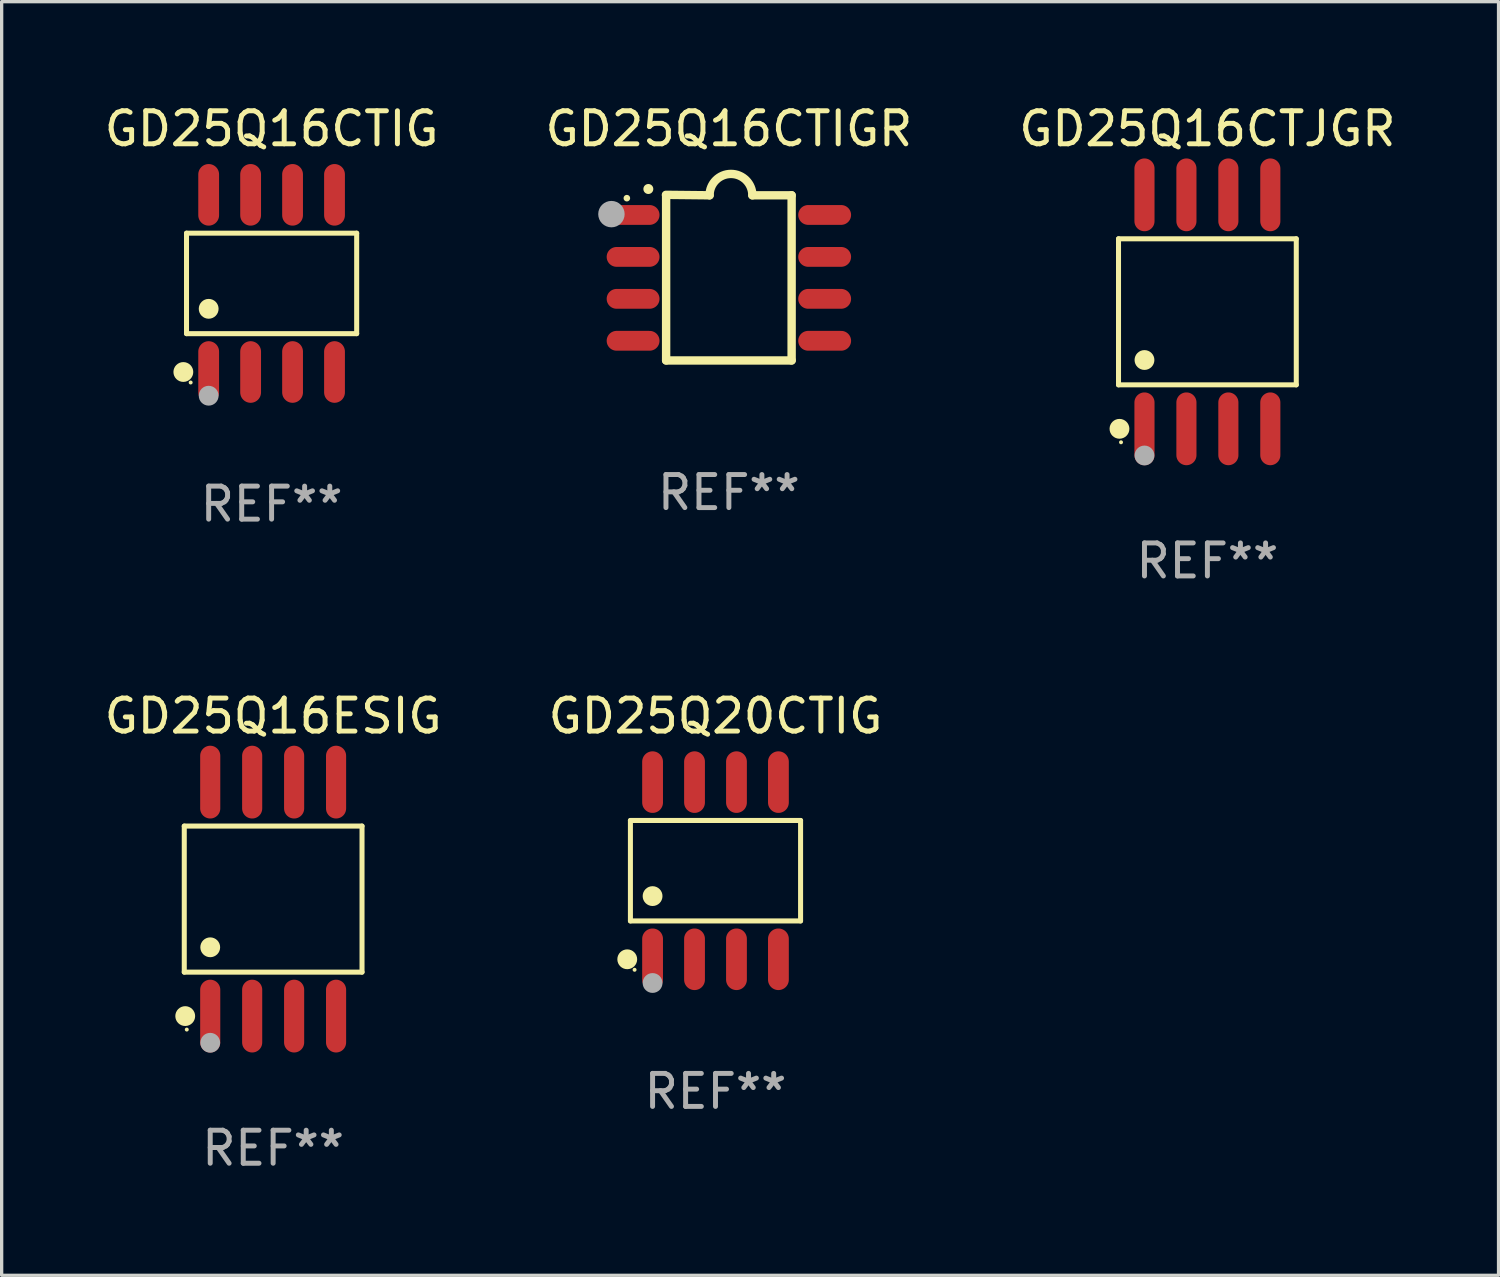
<source format=kicad_pcb>
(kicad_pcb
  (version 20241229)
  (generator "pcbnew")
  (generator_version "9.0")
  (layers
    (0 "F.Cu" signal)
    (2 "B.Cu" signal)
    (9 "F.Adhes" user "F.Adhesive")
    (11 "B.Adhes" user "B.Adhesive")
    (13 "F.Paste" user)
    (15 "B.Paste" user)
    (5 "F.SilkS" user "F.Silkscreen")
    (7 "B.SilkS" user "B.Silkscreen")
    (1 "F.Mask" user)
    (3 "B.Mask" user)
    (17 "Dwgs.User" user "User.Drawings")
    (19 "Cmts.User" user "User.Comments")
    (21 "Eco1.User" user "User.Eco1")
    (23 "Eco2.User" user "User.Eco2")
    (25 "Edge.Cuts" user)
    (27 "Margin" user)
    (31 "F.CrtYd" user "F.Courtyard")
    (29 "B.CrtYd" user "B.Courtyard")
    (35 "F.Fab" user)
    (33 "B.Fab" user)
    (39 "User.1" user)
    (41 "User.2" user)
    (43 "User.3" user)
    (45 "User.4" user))
  (footprint "GD25Q16CTIGR"
    (layer "F.Cu")
    (at 19.018 5.356)
    (property "Reference" "GD25Q16CTIGR" (at 0 -4.507 0) (layer "F.SilkS") (effects (font (size 1 1) (thickness 0.15))))
    (attr through_hole)
    (fp_line (start -1.905 -2.507) (end -0.584 -2.493) (stroke (width 0.254) (type solid)) (layer "F.SilkS"))
    (fp_line (start -1.9 2.507) (end -1.9 -2.493) (stroke (width 0.254) (type solid)) (layer "F.SilkS"))
    (fp_line (start -1.9 2.507) (end 1.9 2.507) (stroke (width 0.254) (type solid)) (layer "F.SilkS"))
    (fp_line (start 1.9 -2.493) (end 0.711 -2.493) (stroke (width 0.254) (type solid)) (layer "F.SilkS"))
    (fp_line (start 1.9 2.507) (end 1.9 -2.493) (stroke (width 0.254) (type solid)) (layer "F.SilkS"))
    (fp_arc (start -2.438532 -2.682563) (mid -2.438537 -2.683833) (end -2.438532 -2.685103) (stroke (width 0.3) (type solid)) (layer "F.SilkS"))
    (fp_arc (start -0.584328 -2.492064) (mid 0.063057 -3.139764) (end 0.711074 -2.492697) (stroke (width 0.254001) (type solid)) (layer "F.SilkS"))
    (fp_circle (center -3.089 -2.406) (end -3.039 -2.406) (stroke (width 0.1) (type solid)) (fill no) (layer "F.SilkS"))
    (fp_circle (center -3.556 -1.923) (end -3.356 -1.923) (stroke (width 0.4) (type solid)) (fill no) (layer "F.Fab"))
    (fp_text user "REF**" (at 0 6.507 0) (layer "F.Fab") (effects (font (size 1 1) (thickness 0.15))))
    (pad "1" smd oval (at -2.9 -1.898 90) (size 0.6 1.6) (layers "F.Cu" "F.Mask" "F.Paste"))
    (pad "2" smd oval (at -2.9 -0.628 90) (size 0.6 1.6) (layers "F.Cu" "F.Mask" "F.Paste"))
    (pad "3" smd oval (at -2.9 0.642 90) (size 0.6 1.6) (layers "F.Cu" "F.Mask" "F.Paste"))
    (pad "4" smd oval (at -2.9 1.912 90) (size 0.6 1.6) (layers "F.Cu" "F.Mask" "F.Paste"))
    (pad "5" smd oval (at 2.9 1.912 90) (size 0.6 1.6) (layers "F.Cu" "F.Mask" "F.Paste"))
    (pad "6" smd oval (at 2.9 0.642 90) (size 0.6 1.6) (layers "F.Cu" "F.Mask" "F.Paste"))
    (pad "7" smd oval (at 2.9 -0.628 90) (size 0.6 1.6) (layers "F.Cu" "F.Mask" "F.Paste"))
    (pad "8" smd oval (at 2.9 -1.898 90) (size 0.6 1.6) (layers "F.Cu" "F.Mask" "F.Paste")))
  (footprint "GD25Q16CTIG"
    (layer "F.Cu")
    (at 5.173 5.531)
    (property "Reference" "GD25Q16CTIG" (at 0 -4.682 0) (layer "F.SilkS") (effects (font (size 1 1) (thickness 0.15))))
    (attr through_hole)
    (fp_line (start -2.576 -1.521) (end 2.576 -1.521) (stroke (width 0.152) (type solid)) (layer "F.SilkS"))
    (fp_line (start -2.576 1.521) (end -2.576 -1.521) (stroke (width 0.152) (type solid)) (layer "F.SilkS"))
    (fp_line (start 2.576 -1.521) (end 2.576 1.521) (stroke (width 0.152) (type solid)) (layer "F.SilkS"))
    (fp_line (start 2.576 1.521) (end -2.576 1.521) (stroke (width 0.152) (type solid)) (layer "F.SilkS"))
    (fp_circle (center -2.672 2.682) (end -2.522 2.682) (stroke (width 0.3) (type solid)) (fill no) (layer "F.SilkS"))
    (fp_circle (center -2.45 3) (end -2.42 3) (stroke (width 0.06) (type solid)) (fill no) (layer "F.SilkS"))
    (fp_circle (center -1.905 0.769) (end -1.755 0.769) (stroke (width 0.3) (type solid)) (fill no) (layer "F.SilkS"))
    (fp_circle (center -1.905 3.4) (end -1.755 3.4) (stroke (width 0.3) (type solid)) (fill no) (layer "F.Fab"))
    (fp_text user "REF**" (at 0 6.682 0) (layer "F.Fab") (effects (font (size 1 1) (thickness 0.15))))
    (pad "1" smd oval (at -1.905 2.682) (size 0.63 1.865) (layers "F.Cu" "F.Mask" "F.Paste"))
    (pad "2" smd oval (at -0.635 2.682) (size 0.63 1.865) (layers "F.Cu" "F.Mask" "F.Paste"))
    (pad "3" smd oval (at 0.635 2.682) (size 0.63 1.865) (layers "F.Cu" "F.Mask" "F.Paste"))
    (pad "4" smd oval (at 1.905 2.682) (size 0.63 1.865) (layers "F.Cu" "F.Mask" "F.Paste"))
    (pad "5" smd oval (at 1.905 -2.682) (size 0.63 1.865) (layers "F.Cu" "F.Mask" "F.Paste"))
    (pad "6" smd oval (at 0.635 -2.682) (size 0.63 1.865) (layers "F.Cu" "F.Mask" "F.Paste"))
    (pad "7" smd oval (at -0.635 -2.682) (size 0.63 1.865) (layers "F.Cu" "F.Mask" "F.Paste"))
    (pad "8" smd oval (at -1.905 -2.682) (size 0.63 1.865) (layers "F.Cu" "F.Mask" "F.Paste")))
  (footprint "GD25Q20CTIG"
    (layer "F.Cu")
    (at 18.613 23.312)
    (property "Reference" "GD25Q20CTIG" (at 0 -4.682 0) (layer "F.SilkS") (effects (font (size 1 1) (thickness 0.15))))
    (attr through_hole)
    (fp_line (start -2.576 -1.521) (end 2.576 -1.521) (stroke (width 0.152) (type solid)) (layer "F.SilkS"))
    (fp_line (start -2.576 1.521) (end -2.576 -1.521) (stroke (width 0.152) (type solid)) (layer "F.SilkS"))
    (fp_line (start 2.576 -1.521) (end 2.576 1.521) (stroke (width 0.152) (type solid)) (layer "F.SilkS"))
    (fp_line (start 2.576 1.521) (end -2.576 1.521) (stroke (width 0.152) (type solid)) (layer "F.SilkS"))
    (fp_circle (center -2.672 2.682) (end -2.522 2.682) (stroke (width 0.3) (type solid)) (fill no) (layer "F.SilkS"))
    (fp_circle (center -2.45 3) (end -2.42 3) (stroke (width 0.06) (type solid)) (fill no) (layer "F.SilkS"))
    (fp_circle (center -1.905 0.769) (end -1.755 0.769) (stroke (width 0.3) (type solid)) (fill no) (layer "F.SilkS"))
    (fp_circle (center -1.905 3.4) (end -1.755 3.4) (stroke (width 0.3) (type solid)) (fill no) (layer "F.Fab"))
    (fp_text user "REF**" (at 0 6.682 0) (layer "F.Fab") (effects (font (size 1 1) (thickness 0.15))))
    (pad "1" smd oval (at -1.905 2.682) (size 0.63 1.865) (layers "F.Cu" "F.Mask" "F.Paste"))
    (pad "2" smd oval (at -0.635 2.682) (size 0.63 1.865) (layers "F.Cu" "F.Mask" "F.Paste"))
    (pad "3" smd oval (at 0.635 2.682) (size 0.63 1.865) (layers "F.Cu" "F.Mask" "F.Paste"))
    (pad "4" smd oval (at 1.905 2.682) (size 0.63 1.865) (layers "F.Cu" "F.Mask" "F.Paste"))
    (pad "5" smd oval (at 1.905 -2.682) (size 0.63 1.865) (layers "F.Cu" "F.Mask" "F.Paste"))
    (pad "6" smd oval (at 0.635 -2.682) (size 0.63 1.865) (layers "F.Cu" "F.Mask" "F.Paste"))
    (pad "7" smd oval (at -0.635 -2.682) (size 0.63 1.865) (layers "F.Cu" "F.Mask" "F.Paste"))
    (pad "8" smd oval (at -1.905 -2.682) (size 0.63 1.865) (layers "F.Cu" "F.Mask" "F.Paste")))
  (footprint "GD25Q16CTJGR"
    (layer "F.Cu")
    (at 33.506 6.391)
    (property "Reference" "GD25Q16CTJGR" (at 0 -5.542 0) (layer "F.SilkS") (effects (font (size 1 1) (thickness 0.15))))
    (attr through_hole)
    (fp_line (start -2.691 -2.211) (end 2.691 -2.211) (stroke (width 0.152) (type solid)) (layer "F.SilkS"))
    (fp_line (start -2.691 2.211) (end -2.691 -2.211) (stroke (width 0.152) (type solid)) (layer "F.SilkS"))
    (fp_line (start 2.691 -2.211) (end 2.691 2.211) (stroke (width 0.152) (type solid)) (layer "F.SilkS"))
    (fp_line (start 2.691 2.211) (end -2.691 2.211) (stroke (width 0.152) (type solid)) (layer "F.SilkS"))
    (fp_circle (center -2.662 3.542) (end -2.512 3.542) (stroke (width 0.3) (type solid)) (fill no) (layer "F.SilkS"))
    (fp_circle (center -2.615 3.95) (end -2.585 3.95) (stroke (width 0.06) (type solid)) (fill no) (layer "F.SilkS"))
    (fp_circle (center -1.905 1.459) (end -1.755 1.459) (stroke (width 0.3) (type solid)) (fill no) (layer "F.SilkS"))
    (fp_circle (center -1.905 4.35) (end -1.755 4.35) (stroke (width 0.3) (type solid)) (fill no) (layer "F.Fab"))
    (fp_text user "REF**" (at 0 7.542 0) (layer "F.Fab") (effects (font (size 1 1) (thickness 0.15))))
    (pad "1" smd oval (at -1.905 3.542) (size 0.609 2.204) (layers "F.Cu" "F.Mask" "F.Paste"))
    (pad "2" smd oval (at -0.635 3.542) (size 0.609 2.204) (layers "F.Cu" "F.Mask" "F.Paste"))
    (pad "3" smd oval (at 0.635 3.542) (size 0.609 2.204) (layers "F.Cu" "F.Mask" "F.Paste"))
    (pad "4" smd oval (at 1.905 3.542) (size 0.609 2.204) (layers "F.Cu" "F.Mask" "F.Paste"))
    (pad "5" smd oval (at 1.905 -3.542) (size 0.609 2.204) (layers "F.Cu" "F.Mask" "F.Paste"))
    (pad "6" smd oval (at 0.635 -3.542) (size 0.609 2.204) (layers "F.Cu" "F.Mask" "F.Paste"))
    (pad "7" smd oval (at -0.635 -3.542) (size 0.609 2.204) (layers "F.Cu" "F.Mask" "F.Paste"))
    (pad "8" smd oval (at -1.905 -3.542) (size 0.609 2.204) (layers "F.Cu" "F.Mask" "F.Paste")))
  (footprint "GD25Q16ESIG"
    (layer "F.Cu")
    (at 5.22 24.172)
    (property "Reference" "GD25Q16ESIG" (at 0 -5.542 0) (layer "F.SilkS") (effects (font (size 1 1) (thickness 0.15))))
    (attr through_hole)
    (fp_line (start -2.691 -2.211) (end 2.691 -2.211) (stroke (width 0.152) (type solid)) (layer "F.SilkS"))
    (fp_line (start -2.691 2.211) (end -2.691 -2.211) (stroke (width 0.152) (type solid)) (layer "F.SilkS"))
    (fp_line (start 2.691 -2.211) (end 2.691 2.211) (stroke (width 0.152) (type solid)) (layer "F.SilkS"))
    (fp_line (start 2.691 2.211) (end -2.691 2.211) (stroke (width 0.152) (type solid)) (layer "F.SilkS"))
    (fp_circle (center -2.662 3.542) (end -2.512 3.542) (stroke (width 0.3) (type solid)) (fill no) (layer "F.SilkS"))
    (fp_circle (center -2.615 3.95) (end -2.585 3.95) (stroke (width 0.06) (type solid)) (fill no) (layer "F.SilkS"))
    (fp_circle (center -1.905 1.459) (end -1.755 1.459) (stroke (width 0.3) (type solid)) (fill no) (layer "F.SilkS"))
    (fp_circle (center -1.905 4.35) (end -1.755 4.35) (stroke (width 0.3) (type solid)) (fill no) (layer "F.Fab"))
    (fp_text user "REF**" (at 0 7.542 0) (layer "F.Fab") (effects (font (size 1 1) (thickness 0.15))))
    (pad "1" smd oval (at -1.905 3.542) (size 0.609 2.204) (layers "F.Cu" "F.Mask" "F.Paste"))
    (pad "2" smd oval (at -0.635 3.542) (size 0.609 2.204) (layers "F.Cu" "F.Mask" "F.Paste"))
    (pad "3" smd oval (at 0.635 3.542) (size 0.609 2.204) (layers "F.Cu" "F.Mask" "F.Paste"))
    (pad "4" smd oval (at 1.905 3.542) (size 0.609 2.204) (layers "F.Cu" "F.Mask" "F.Paste"))
    (pad "5" smd oval (at 1.905 -3.542) (size 0.609 2.204) (layers "F.Cu" "F.Mask" "F.Paste"))
    (pad "6" smd oval (at 0.635 -3.542) (size 0.609 2.204) (layers "F.Cu" "F.Mask" "F.Paste"))
    (pad "7" smd oval (at -0.635 -3.542) (size 0.609 2.204) (layers "F.Cu" "F.Mask" "F.Paste"))
    (pad "8" smd oval (at -1.905 -3.542) (size 0.609 2.204) (layers "F.Cu" "F.Mask" "F.Paste")))
  (gr_rect
    (start -3 -3)
    (end 42.321 35.562)
    (stroke (width 0.1) (type default))
    (fill no)
    (layer "Edge.Cuts")))
</source>
